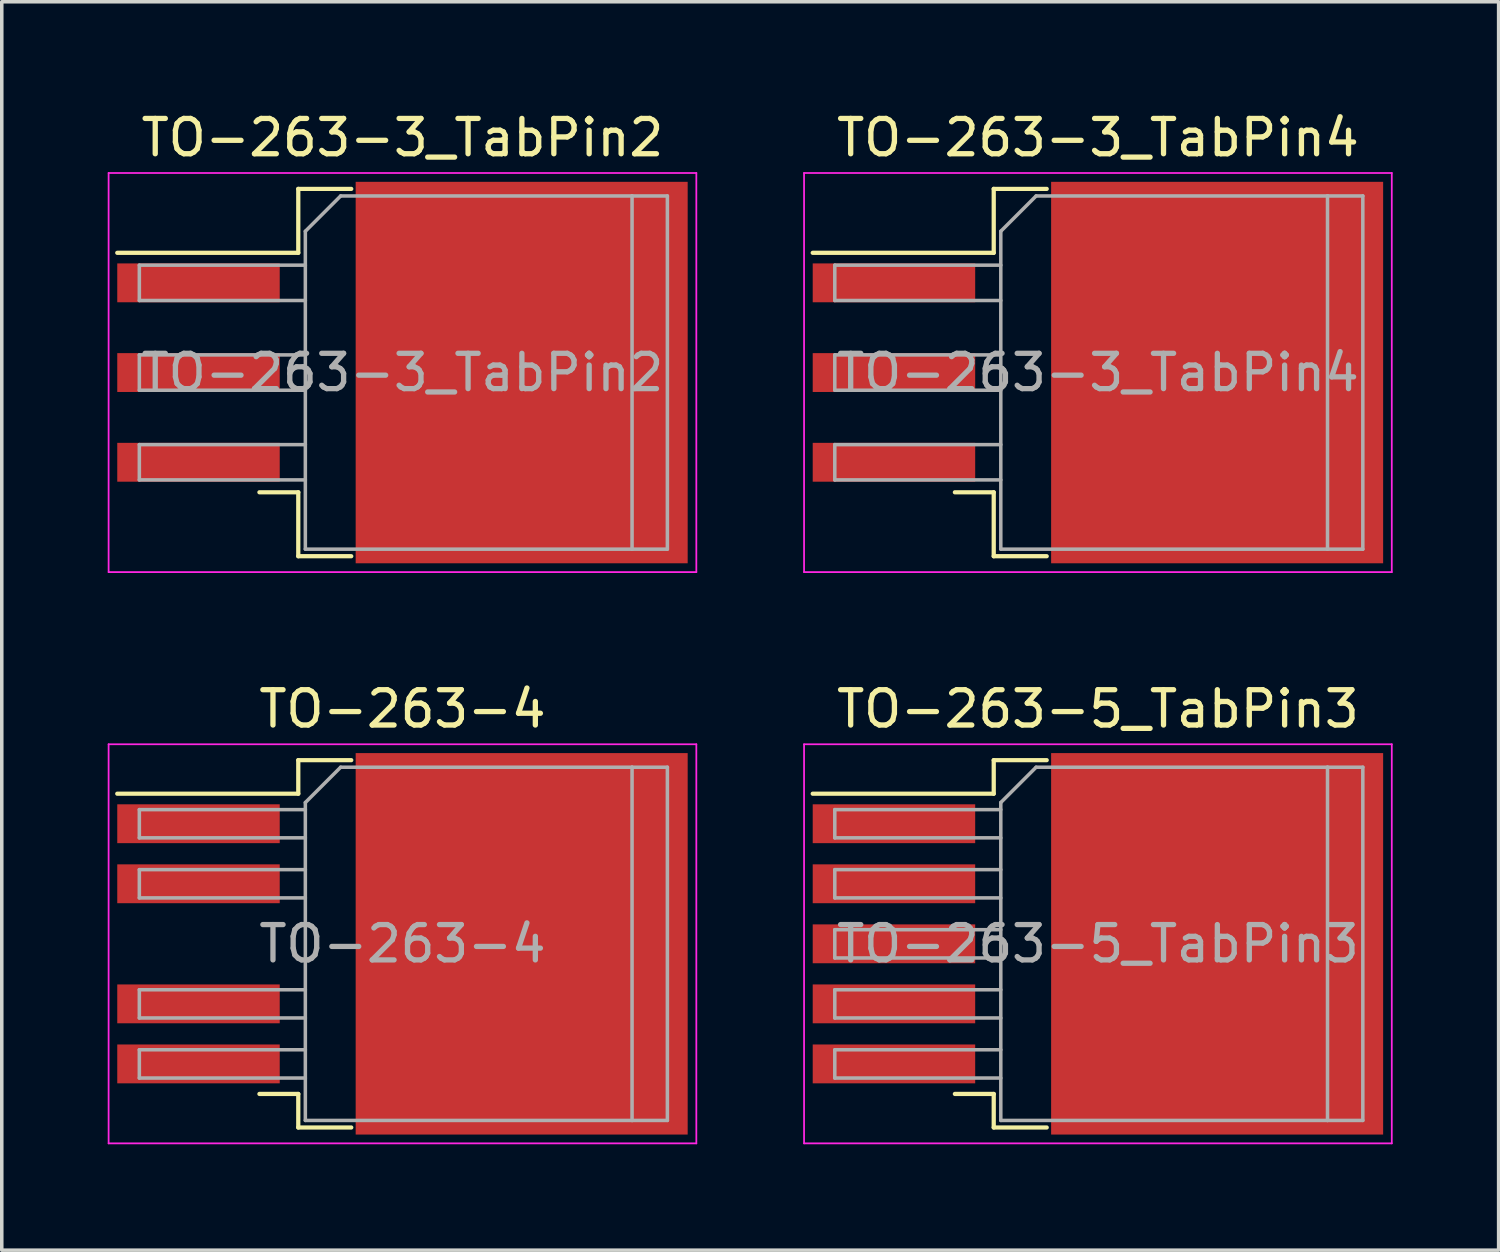
<source format=kicad_pcb>
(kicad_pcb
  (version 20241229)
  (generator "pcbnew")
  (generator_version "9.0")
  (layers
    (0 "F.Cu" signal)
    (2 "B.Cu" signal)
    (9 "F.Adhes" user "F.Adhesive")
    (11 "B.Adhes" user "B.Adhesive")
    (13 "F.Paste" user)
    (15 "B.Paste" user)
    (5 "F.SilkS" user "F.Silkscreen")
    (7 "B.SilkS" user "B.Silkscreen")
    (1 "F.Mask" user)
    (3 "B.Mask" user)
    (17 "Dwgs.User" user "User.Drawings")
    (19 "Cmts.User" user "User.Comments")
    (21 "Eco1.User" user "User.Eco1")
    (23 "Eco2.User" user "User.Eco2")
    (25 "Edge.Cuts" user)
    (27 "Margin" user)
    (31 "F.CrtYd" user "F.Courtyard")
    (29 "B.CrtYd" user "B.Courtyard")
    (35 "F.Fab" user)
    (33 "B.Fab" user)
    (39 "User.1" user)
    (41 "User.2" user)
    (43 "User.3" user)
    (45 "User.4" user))
  (footprint "TO-263-5_TabPin3"
    (layer "F.Cu")
    (at 28.035 23.672)
    (property "Reference" "TO-263-5_TabPin3" (at 0 -6.65 0) (layer "F.SilkS") (effects (font (size 1 1) (thickness 0.15))))
    (attr smd)
    (fp_line (start -2.95 -5.2) (end -2.95 -4.25) (stroke (width 0.12) (type solid)) (layer "F.SilkS"))
    (fp_line (start -2.95 -4.25) (end -8.075 -4.25) (stroke (width 0.12) (type solid)) (layer "F.SilkS"))
    (fp_line (start -2.95 4.25) (end -4.05 4.25) (stroke (width 0.12) (type solid)) (layer "F.SilkS"))
    (fp_line (start -2.95 5.2) (end -2.95 4.25) (stroke (width 0.12) (type solid)) (layer "F.SilkS"))
    (fp_line (start -1.45 -5.2) (end -2.95 -5.2) (stroke (width 0.12) (type solid)) (layer "F.SilkS"))
    (fp_line (start -1.45 5.2) (end -2.95 5.2) (stroke (width 0.12) (type solid)) (layer "F.SilkS"))
    (fp_line (start -8.32 -5.65) (end -8.32 5.65) (stroke (width 0.05) (type solid)) (layer "F.CrtYd"))
    (fp_line (start -8.32 5.65) (end 8.32 5.65) (stroke (width 0.05) (type solid)) (layer "F.CrtYd"))
    (fp_line (start 8.32 -5.65) (end -8.32 -5.65) (stroke (width 0.05) (type solid)) (layer "F.CrtYd"))
    (fp_line (start 8.32 5.65) (end 8.32 -5.65) (stroke (width 0.05) (type solid)) (layer "F.CrtYd"))
    (fp_line (start -7.45 -3.8) (end -7.45 -3) (stroke (width 0.1) (type solid)) (layer "F.Fab"))
    (fp_line (start -7.45 -3) (end -2.75 -3) (stroke (width 0.1) (type solid)) (layer "F.Fab"))
    (fp_line (start -7.45 -2.1) (end -7.45 -1.3) (stroke (width 0.1) (type solid)) (layer "F.Fab"))
    (fp_line (start -7.45 -1.3) (end -2.75 -1.3) (stroke (width 0.1) (type solid)) (layer "F.Fab"))
    (fp_line (start -7.45 -0.4) (end -7.45 0.4) (stroke (width 0.1) (type solid)) (layer "F.Fab"))
    (fp_line (start -7.45 0.4) (end -2.75 0.4) (stroke (width 0.1) (type solid)) (layer "F.Fab"))
    (fp_line (start -7.45 1.3) (end -7.45 2.1) (stroke (width 0.1) (type solid)) (layer "F.Fab"))
    (fp_line (start -7.45 2.1) (end -2.75 2.1) (stroke (width 0.1) (type solid)) (layer "F.Fab"))
    (fp_line (start -7.45 3) (end -7.45 3.8) (stroke (width 0.1) (type solid)) (layer "F.Fab"))
    (fp_line (start -7.45 3.8) (end -2.75 3.8) (stroke (width 0.1) (type solid)) (layer "F.Fab"))
    (fp_line (start -2.75 -4) (end -1.75 -5) (stroke (width 0.1) (type solid)) (layer "F.Fab"))
    (fp_line (start -2.75 -3.8) (end -7.45 -3.8) (stroke (width 0.1) (type solid)) (layer "F.Fab"))
    (fp_line (start -2.75 -2.1) (end -7.45 -2.1) (stroke (width 0.1) (type solid)) (layer "F.Fab"))
    (fp_line (start -2.75 -0.4) (end -7.45 -0.4) (stroke (width 0.1) (type solid)) (layer "F.Fab"))
    (fp_line (start -2.75 1.3) (end -7.45 1.3) (stroke (width 0.1) (type solid)) (layer "F.Fab"))
    (fp_line (start -2.75 3) (end -7.45 3) (stroke (width 0.1) (type solid)) (layer "F.Fab"))
    (fp_line (start -2.75 5) (end -2.75 -4) (stroke (width 0.1) (type solid)) (layer "F.Fab"))
    (fp_line (start -1.75 -5) (end 6.5 -5) (stroke (width 0.1) (type solid)) (layer "F.Fab"))
    (fp_line (start 6.5 -5) (end 6.5 5) (stroke (width 0.1) (type solid)) (layer "F.Fab"))
    (fp_line (start 6.5 -5) (end 7.5 -5) (stroke (width 0.1) (type solid)) (layer "F.Fab"))
    (fp_line (start 6.5 5) (end -2.75 5) (stroke (width 0.1) (type solid)) (layer "F.Fab"))
    (fp_line (start 7.5 -5) (end 7.5 5) (stroke (width 0.1) (type solid)) (layer "F.Fab"))
    (fp_line (start 7.5 5) (end 6.5 5) (stroke (width 0.1) (type solid)) (layer "F.Fab"))
    (fp_text user "${REFERENCE}" (at 0 0 0) (layer "F.Fab") (effects (font (size 1 1) (thickness 0.15))))
    (pad "" smd rect (at 0.95 -2.775) (size 4.55 5.25) (layers "F.Paste"))
    (pad "" smd rect (at 0.95 2.775) (size 4.55 5.25) (layers "F.Paste"))
    (pad "" smd rect (at 5.8 -2.775) (size 4.55 5.25) (layers "F.Paste"))
    (pad "" smd rect (at 5.8 2.775) (size 4.55 5.25) (layers "F.Paste"))
    (pad "1" smd rect (at -5.775 -3.4) (size 4.6 1.1) (layers "F.Cu" "F.Mask" "F.Paste"))
    (pad "2" smd rect (at -5.775 -1.7) (size 4.6 1.1) (layers "F.Cu" "F.Mask" "F.Paste"))
    (pad "3" smd rect (at -5.775 0) (size 4.6 1.1) (layers "F.Cu" "F.Mask" "F.Paste"))
    (pad "3" smd rect (at 3.375 0) (size 9.4 10.8) (layers "F.Cu" "F.Mask"))
    (pad "4" smd rect (at -5.775 1.7) (size 4.6 1.1) (layers "F.Cu" "F.Mask" "F.Paste"))
    (pad "5" smd rect (at -5.775 3.4) (size 4.6 1.1) (layers "F.Cu" "F.Mask" "F.Paste")))
  (footprint "TO-263-3_TabPin2"
    (layer "F.Cu")
    (at 8.345 7.498)
    (property "Reference" "TO-263-3_TabPin2" (at 0 -6.65 0) (layer "F.SilkS") (effects (font (size 1 1) (thickness 0.15))))
    (attr smd)
    (fp_line (start -2.95 -5.2) (end -2.95 -3.39) (stroke (width 0.12) (type solid)) (layer "F.SilkS"))
    (fp_line (start -2.95 -3.39) (end -8.075 -3.39) (stroke (width 0.12) (type solid)) (layer "F.SilkS"))
    (fp_line (start -2.95 3.39) (end -4.05 3.39) (stroke (width 0.12) (type solid)) (layer "F.SilkS"))
    (fp_line (start -2.95 5.2) (end -2.95 3.39) (stroke (width 0.12) (type solid)) (layer "F.SilkS"))
    (fp_line (start -1.45 -5.2) (end -2.95 -5.2) (stroke (width 0.12) (type solid)) (layer "F.SilkS"))
    (fp_line (start -1.45 5.2) (end -2.95 5.2) (stroke (width 0.12) (type solid)) (layer "F.SilkS"))
    (fp_line (start -8.32 -5.65) (end -8.32 5.65) (stroke (width 0.05) (type solid)) (layer "F.CrtYd"))
    (fp_line (start -8.32 5.65) (end 8.32 5.65) (stroke (width 0.05) (type solid)) (layer "F.CrtYd"))
    (fp_line (start 8.32 -5.65) (end -8.32 -5.65) (stroke (width 0.05) (type solid)) (layer "F.CrtYd"))
    (fp_line (start 8.32 5.65) (end 8.32 -5.65) (stroke (width 0.05) (type solid)) (layer "F.CrtYd"))
    (fp_line (start -7.45 -3.04) (end -7.45 -2.04) (stroke (width 0.1) (type solid)) (layer "F.Fab"))
    (fp_line (start -7.45 -2.04) (end -2.75 -2.04) (stroke (width 0.1) (type solid)) (layer "F.Fab"))
    (fp_line (start -7.45 -0.5) (end -7.45 0.5) (stroke (width 0.1) (type solid)) (layer "F.Fab"))
    (fp_line (start -7.45 0.5) (end -2.75 0.5) (stroke (width 0.1) (type solid)) (layer "F.Fab"))
    (fp_line (start -7.45 2.04) (end -7.45 3.04) (stroke (width 0.1) (type solid)) (layer "F.Fab"))
    (fp_line (start -7.45 3.04) (end -2.75 3.04) (stroke (width 0.1) (type solid)) (layer "F.Fab"))
    (fp_line (start -2.75 -4) (end -1.75 -5) (stroke (width 0.1) (type solid)) (layer "F.Fab"))
    (fp_line (start -2.75 -3.04) (end -7.45 -3.04) (stroke (width 0.1) (type solid)) (layer "F.Fab"))
    (fp_line (start -2.75 -0.5) (end -7.45 -0.5) (stroke (width 0.1) (type solid)) (layer "F.Fab"))
    (fp_line (start -2.75 2.04) (end -7.45 2.04) (stroke (width 0.1) (type solid)) (layer "F.Fab"))
    (fp_line (start -2.75 5) (end -2.75 -4) (stroke (width 0.1) (type solid)) (layer "F.Fab"))
    (fp_line (start -1.75 -5) (end 6.5 -5) (stroke (width 0.1) (type solid)) (layer "F.Fab"))
    (fp_line (start 6.5 -5) (end 6.5 5) (stroke (width 0.1) (type solid)) (layer "F.Fab"))
    (fp_line (start 6.5 -5) (end 7.5 -5) (stroke (width 0.1) (type solid)) (layer "F.Fab"))
    (fp_line (start 6.5 5) (end -2.75 5) (stroke (width 0.1) (type solid)) (layer "F.Fab"))
    (fp_line (start 7.5 -5) (end 7.5 5) (stroke (width 0.1) (type solid)) (layer "F.Fab"))
    (fp_line (start 7.5 5) (end 6.5 5) (stroke (width 0.1) (type solid)) (layer "F.Fab"))
    (fp_text user "${REFERENCE}" (at 0 0 0) (layer "F.Fab") (effects (font (size 1 1) (thickness 0.15))))
    (pad "" smd rect (at 0.95 -2.775) (size 4.55 5.25) (layers "F.Paste"))
    (pad "" smd rect (at 0.95 2.775) (size 4.55 5.25) (layers "F.Paste"))
    (pad "" smd rect (at 5.8 -2.775) (size 4.55 5.25) (layers "F.Paste"))
    (pad "" smd rect (at 5.8 2.775) (size 4.55 5.25) (layers "F.Paste"))
    (pad "1" smd rect (at -5.775 -2.54) (size 4.6 1.1) (layers "F.Cu" "F.Mask" "F.Paste"))
    (pad "2" smd rect (at -5.775 0) (size 4.6 1.1) (layers "F.Cu" "F.Mask" "F.Paste"))
    (pad "2" smd rect (at 3.375 0) (size 9.4 10.8) (layers "F.Cu" "F.Mask"))
    (pad "3" smd rect (at -5.775 2.54) (size 4.6 1.1) (layers "F.Cu" "F.Mask" "F.Paste")))
  (footprint "TO-263-4"
    (layer "F.Cu")
    (at 8.345 23.672)
    (property "Reference" "TO-263-4" (at 0 -6.65 0) (layer "F.SilkS") (effects (font (size 1 1) (thickness 0.15))))
    (attr smd)
    (fp_line (start -2.95 -5.2) (end -2.95 -4.25) (stroke (width 0.12) (type solid)) (layer "F.SilkS"))
    (fp_line (start -2.95 -4.25) (end -8.075 -4.25) (stroke (width 0.12) (type solid)) (layer "F.SilkS"))
    (fp_line (start -2.95 4.25) (end -4.05 4.25) (stroke (width 0.12) (type solid)) (layer "F.SilkS"))
    (fp_line (start -2.95 5.2) (end -2.95 4.25) (stroke (width 0.12) (type solid)) (layer "F.SilkS"))
    (fp_line (start -1.45 -5.2) (end -2.95 -5.2) (stroke (width 0.12) (type solid)) (layer "F.SilkS"))
    (fp_line (start -1.45 5.2) (end -2.95 5.2) (stroke (width 0.12) (type solid)) (layer "F.SilkS"))
    (fp_line (start -8.32 -5.65) (end -8.32 5.65) (stroke (width 0.05) (type solid)) (layer "F.CrtYd"))
    (fp_line (start -8.32 5.65) (end 8.32 5.65) (stroke (width 0.05) (type solid)) (layer "F.CrtYd"))
    (fp_line (start 8.32 -5.65) (end -8.32 -5.65) (stroke (width 0.05) (type solid)) (layer "F.CrtYd"))
    (fp_line (start 8.32 5.65) (end 8.32 -5.65) (stroke (width 0.05) (type solid)) (layer "F.CrtYd"))
    (fp_line (start -7.45 -3.8) (end -7.45 -3) (stroke (width 0.1) (type solid)) (layer "F.Fab"))
    (fp_line (start -7.45 -3) (end -2.75 -3) (stroke (width 0.1) (type solid)) (layer "F.Fab"))
    (fp_line (start -7.45 -2.1) (end -7.45 -1.3) (stroke (width 0.1) (type solid)) (layer "F.Fab"))
    (fp_line (start -7.45 -1.3) (end -2.75 -1.3) (stroke (width 0.1) (type solid)) (layer "F.Fab"))
    (fp_line (start -7.45 1.3) (end -7.45 2.1) (stroke (width 0.1) (type solid)) (layer "F.Fab"))
    (fp_line (start -7.45 2.1) (end -2.75 2.1) (stroke (width 0.1) (type solid)) (layer "F.Fab"))
    (fp_line (start -7.45 3) (end -7.45 3.8) (stroke (width 0.1) (type solid)) (layer "F.Fab"))
    (fp_line (start -7.45 3.8) (end -2.75 3.8) (stroke (width 0.1) (type solid)) (layer "F.Fab"))
    (fp_line (start -2.75 -4) (end -1.75 -5) (stroke (width 0.1) (type solid)) (layer "F.Fab"))
    (fp_line (start -2.75 -3.8) (end -7.45 -3.8) (stroke (width 0.1) (type solid)) (layer "F.Fab"))
    (fp_line (start -2.75 -2.1) (end -7.45 -2.1) (stroke (width 0.1) (type solid)) (layer "F.Fab"))
    (fp_line (start -2.75 1.3) (end -7.45 1.3) (stroke (width 0.1) (type solid)) (layer "F.Fab"))
    (fp_line (start -2.75 3) (end -7.45 3) (stroke (width 0.1) (type solid)) (layer "F.Fab"))
    (fp_line (start -2.75 5) (end -2.75 -4) (stroke (width 0.1) (type solid)) (layer "F.Fab"))
    (fp_line (start -1.75 -5) (end 6.5 -5) (stroke (width 0.1) (type solid)) (layer "F.Fab"))
    (fp_line (start 6.5 -5) (end 6.5 5) (stroke (width 0.1) (type solid)) (layer "F.Fab"))
    (fp_line (start 6.5 -5) (end 7.5 -5) (stroke (width 0.1) (type solid)) (layer "F.Fab"))
    (fp_line (start 6.5 5) (end -2.75 5) (stroke (width 0.1) (type solid)) (layer "F.Fab"))
    (fp_line (start 7.5 -5) (end 7.5 5) (stroke (width 0.1) (type solid)) (layer "F.Fab"))
    (fp_line (start 7.5 5) (end 6.5 5) (stroke (width 0.1) (type solid)) (layer "F.Fab"))
    (fp_text user "${REFERENCE}" (at 0 0 0) (layer "F.Fab") (effects (font (size 1 1) (thickness 0.15))))
    (pad "" smd rect (at 0.95 -2.775) (size 4.55 5.25) (layers "F.Paste"))
    (pad "" smd rect (at 0.95 2.775) (size 4.55 5.25) (layers "F.Paste"))
    (pad "" smd rect (at 5.8 -2.775) (size 4.55 5.25) (layers "F.Paste"))
    (pad "" smd rect (at 5.8 2.775) (size 4.55 5.25) (layers "F.Paste"))
    (pad "1" smd rect (at -5.775 -3.4) (size 4.6 1.1) (layers "F.Cu" "F.Mask" "F.Paste"))
    (pad "2" smd rect (at -5.775 -1.7) (size 4.6 1.1) (layers "F.Cu" "F.Mask" "F.Paste"))
    (pad "3" smd rect (at 3.375 0) (size 9.4 10.8) (layers "F.Cu" "F.Mask"))
    (pad "4" smd rect (at -5.775 1.7) (size 4.6 1.1) (layers "F.Cu" "F.Mask" "F.Paste"))
    (pad "5" smd rect (at -5.775 3.4) (size 4.6 1.1) (layers "F.Cu" "F.Mask" "F.Paste")))
  (footprint "TO-263-3_TabPin4"
    (layer "F.Cu")
    (at 28.035 7.498)
    (property "Reference" "TO-263-3_TabPin4" (at 0 -6.65 0) (layer "F.SilkS") (effects (font (size 1 1) (thickness 0.15))))
    (attr smd)
    (fp_line (start -2.95 -5.2) (end -2.95 -3.39) (stroke (width 0.12) (type solid)) (layer "F.SilkS"))
    (fp_line (start -2.95 -3.39) (end -8.075 -3.39) (stroke (width 0.12) (type solid)) (layer "F.SilkS"))
    (fp_line (start -2.95 3.39) (end -4.05 3.39) (stroke (width 0.12) (type solid)) (layer "F.SilkS"))
    (fp_line (start -2.95 5.2) (end -2.95 3.39) (stroke (width 0.12) (type solid)) (layer "F.SilkS"))
    (fp_line (start -1.45 -5.2) (end -2.95 -5.2) (stroke (width 0.12) (type solid)) (layer "F.SilkS"))
    (fp_line (start -1.45 5.2) (end -2.95 5.2) (stroke (width 0.12) (type solid)) (layer "F.SilkS"))
    (fp_line (start -8.32 -5.65) (end -8.32 5.65) (stroke (width 0.05) (type solid)) (layer "F.CrtYd"))
    (fp_line (start -8.32 5.65) (end 8.32 5.65) (stroke (width 0.05) (type solid)) (layer "F.CrtYd"))
    (fp_line (start 8.32 -5.65) (end -8.32 -5.65) (stroke (width 0.05) (type solid)) (layer "F.CrtYd"))
    (fp_line (start 8.32 5.65) (end 8.32 -5.65) (stroke (width 0.05) (type solid)) (layer "F.CrtYd"))
    (fp_line (start -7.45 -3.04) (end -7.45 -2.04) (stroke (width 0.1) (type solid)) (layer "F.Fab"))
    (fp_line (start -7.45 -2.04) (end -2.75 -2.04) (stroke (width 0.1) (type solid)) (layer "F.Fab"))
    (fp_line (start -7.45 -0.5) (end -7.45 0.5) (stroke (width 0.1) (type solid)) (layer "F.Fab"))
    (fp_line (start -7.45 0.5) (end -2.75 0.5) (stroke (width 0.1) (type solid)) (layer "F.Fab"))
    (fp_line (start -7.45 2.04) (end -7.45 3.04) (stroke (width 0.1) (type solid)) (layer "F.Fab"))
    (fp_line (start -7.45 3.04) (end -2.75 3.04) (stroke (width 0.1) (type solid)) (layer "F.Fab"))
    (fp_line (start -2.75 -4) (end -1.75 -5) (stroke (width 0.1) (type solid)) (layer "F.Fab"))
    (fp_line (start -2.75 -3.04) (end -7.45 -3.04) (stroke (width 0.1) (type solid)) (layer "F.Fab"))
    (fp_line (start -2.75 -0.5) (end -7.45 -0.5) (stroke (width 0.1) (type solid)) (layer "F.Fab"))
    (fp_line (start -2.75 2.04) (end -7.45 2.04) (stroke (width 0.1) (type solid)) (layer "F.Fab"))
    (fp_line (start -2.75 5) (end -2.75 -4) (stroke (width 0.1) (type solid)) (layer "F.Fab"))
    (fp_line (start -1.75 -5) (end 6.5 -5) (stroke (width 0.1) (type solid)) (layer "F.Fab"))
    (fp_line (start 6.5 -5) (end 6.5 5) (stroke (width 0.1) (type solid)) (layer "F.Fab"))
    (fp_line (start 6.5 -5) (end 7.5 -5) (stroke (width 0.1) (type solid)) (layer "F.Fab"))
    (fp_line (start 6.5 5) (end -2.75 5) (stroke (width 0.1) (type solid)) (layer "F.Fab"))
    (fp_line (start 7.5 -5) (end 7.5 5) (stroke (width 0.1) (type solid)) (layer "F.Fab"))
    (fp_line (start 7.5 5) (end 6.5 5) (stroke (width 0.1) (type solid)) (layer "F.Fab"))
    (fp_text user "${REFERENCE}" (at 0 0 0) (layer "F.Fab") (effects (font (size 1 1) (thickness 0.15))))
    (pad "" smd rect (at 0.95 -2.775) (size 4.55 5.25) (layers "F.Paste"))
    (pad "" smd rect (at 0.95 2.775) (size 4.55 5.25) (layers "F.Paste"))
    (pad "" smd rect (at 5.8 -2.775) (size 4.55 5.25) (layers "F.Paste"))
    (pad "" smd rect (at 5.8 2.775) (size 4.55 5.25) (layers "F.Paste"))
    (pad "1" smd rect (at -5.775 -2.54) (size 4.6 1.1) (layers "F.Cu" "F.Mask" "F.Paste"))
    (pad "2" smd rect (at -5.775 0) (size 4.6 1.1) (layers "F.Cu" "F.Mask" "F.Paste"))
    (pad "3" smd rect (at -5.775 2.54) (size 4.6 1.1) (layers "F.Cu" "F.Mask" "F.Paste"))
    (pad "4" smd rect (at 3.375 0) (size 9.4 10.8) (layers "F.Cu" "F.Mask")))
  (gr_rect
    (start -3 -3)
    (end 39.38 32.346)
    (stroke (width 0.1) (type default))
    (fill no)
    (layer "Edge.Cuts")))
</source>
